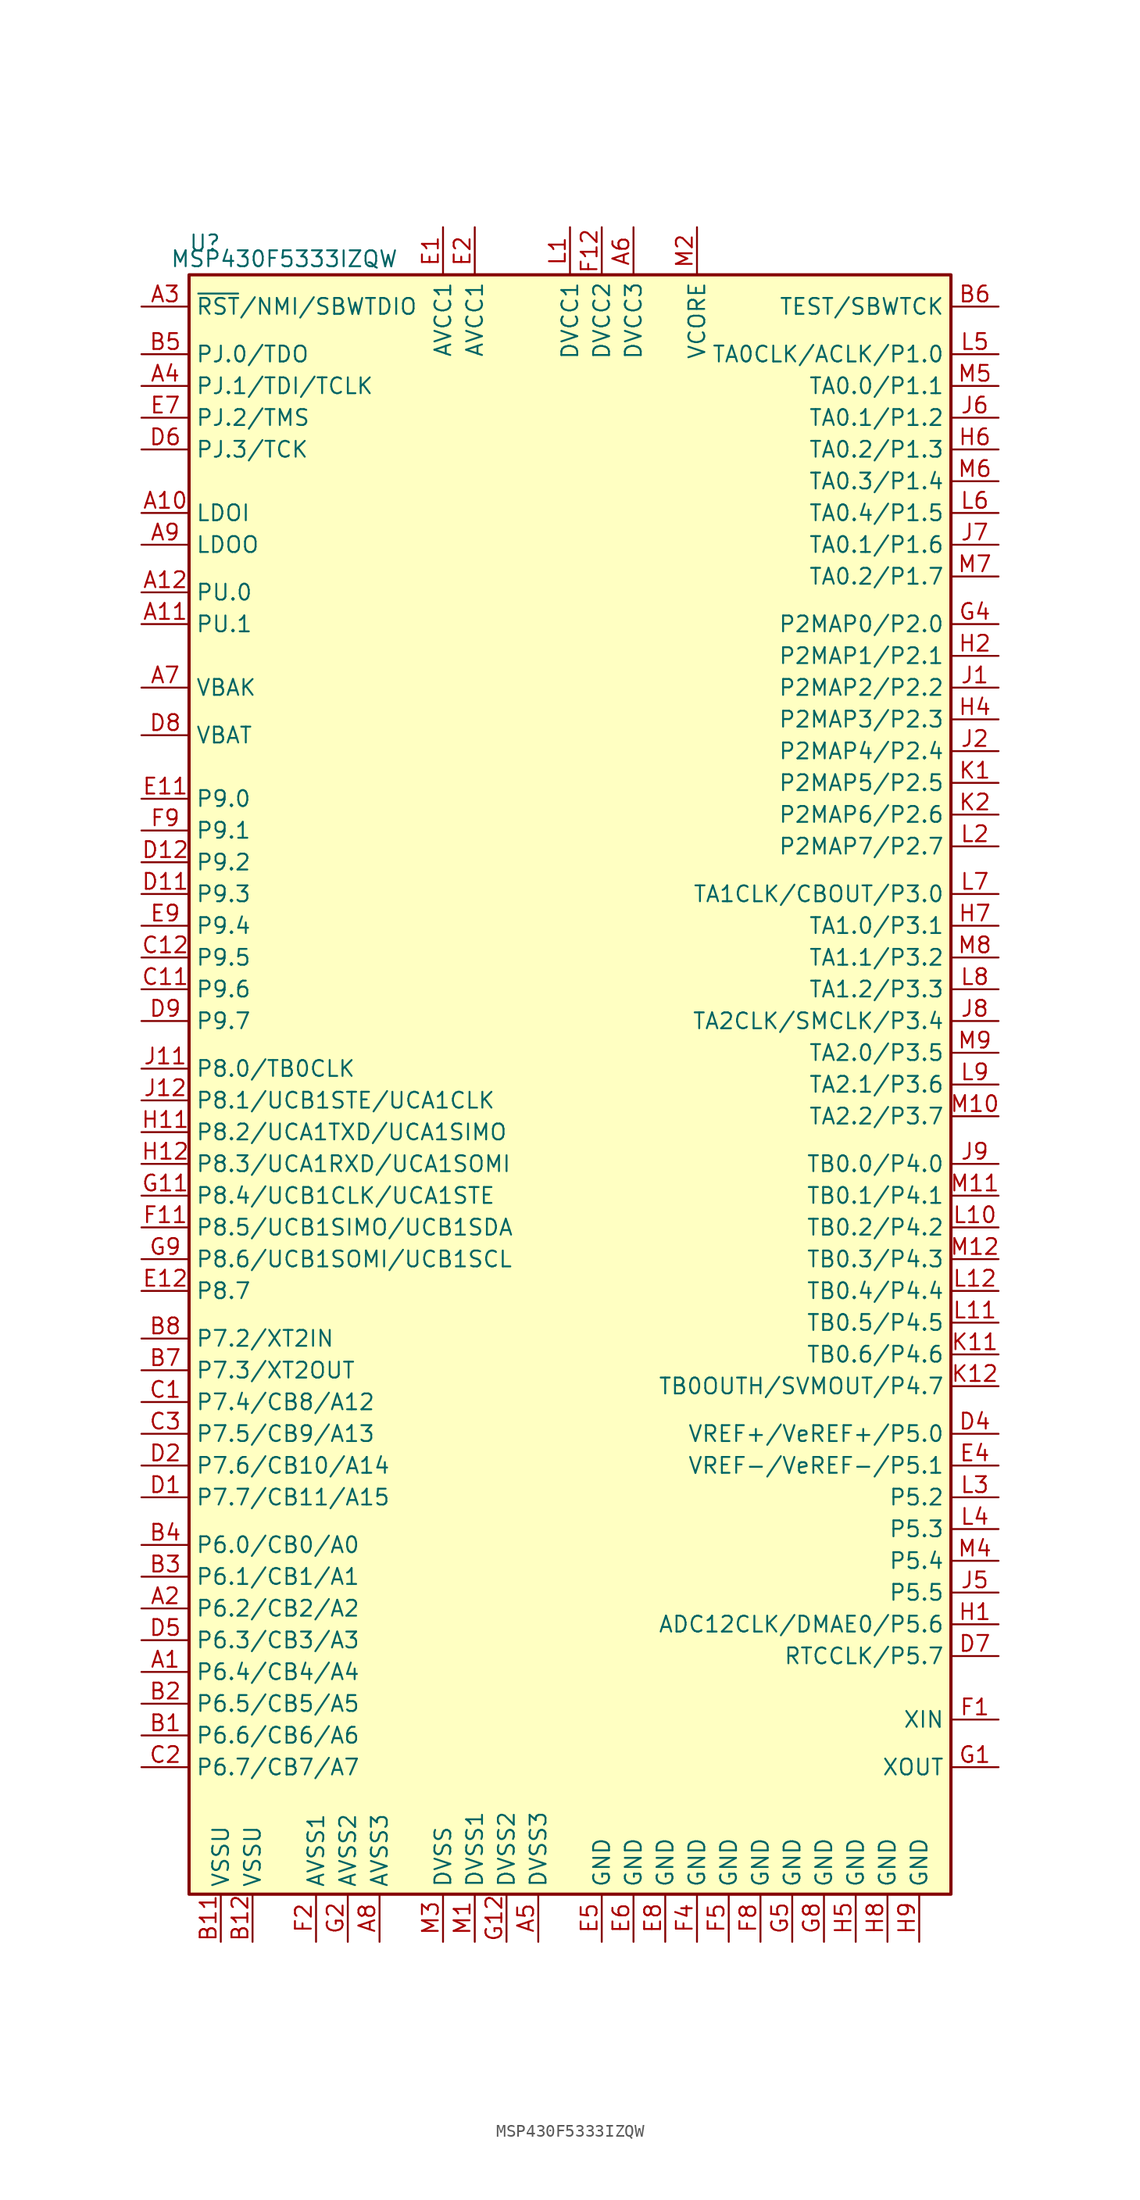
<source format=kicad_sym>
(kicad_symbol_lib
  (version 20201005)
  (generator kicad_symbol_editor)
  (symbol "MCU_Texas_MSP430:MSP430F5333IZQW"
    (property "Reference" "U"
      (at -29.21 67.31 0)
      (effects (font (size 1.27 1.27))))
    (property "Value" "MSP430F5333IZQW"
      (at -22.86 66.04 0)
      (effects (font (size 1.27 1.27))))
    (symbol "MSP430F5333IZQW_0_1"
      (rectangle (start -30.48 64.77) (end 30.48 -64.77) (stroke (width 0.254)) (fill (type background))))
    (symbol "MSP430F5333IZQW_1_1"
      (pin bidirectional line (at -34.29 -46.99 0) (length 3.81) (name "P6.4/CB4/A4" (effects (font (size 1.27 1.27)))) (number "A1" (effects (font (size 1.27 1.27)))))
      (pin bidirectional line (at -34.29 45.72 0) (length 3.81) (name "LDOI" (effects (font (size 1.27 1.27)))) (number "A10" (effects (font (size 1.27 1.27)))))
      (pin bidirectional line (at -34.29 36.83 0) (length 3.81) (name "PU.1" (effects (font (size 1.27 1.27)))) (number "A11" (effects (font (size 1.27 1.27)))))
      (pin bidirectional line (at -34.29 39.37 0) (length 3.81) (name "PU.0" (effects (font (size 1.27 1.27)))) (number "A12" (effects (font (size 1.27 1.27)))))
      (pin bidirectional line (at -34.29 -41.91 0) (length 3.81) (name "P6.2/CB2/A2" (effects (font (size 1.27 1.27)))) (number "A2" (effects (font (size 1.27 1.27)))))
      (pin input line (at -34.29 62.23 0) (length 3.81) (name "~RST~/NMI/SBWTDIO" (effects (font (size 1.27 1.27)))) (number "A3" (effects (font (size 1.27 1.27)))))
      (pin bidirectional line (at -34.29 55.88 0) (length 3.81) (name "PJ.1/TDI/TCLK" (effects (font (size 1.27 1.27)))) (number "A4" (effects (font (size 1.27 1.27)))))
      (pin power_in line (at -2.54 -68.58 90) (length 3.81) (name "DVSS3" (effects (font (size 1.27 1.27)))) (number "A5" (effects (font (size 1.27 1.27)))))
      (pin power_in line (at 5.08 68.58 270) (length 3.81) (name "DVCC3" (effects (font (size 1.27 1.27)))) (number "A6" (effects (font (size 1.27 1.27)))))
      (pin bidirectional line (at -34.29 31.75 0) (length 3.81) (name "VBAK" (effects (font (size 1.27 1.27)))) (number "A7" (effects (font (size 1.27 1.27)))))
      (pin power_in line (at -15.24 -68.58 90) (length 3.81) (name "AVSS3" (effects (font (size 1.27 1.27)))) (number "A8" (effects (font (size 1.27 1.27)))))
      (pin bidirectional line (at -34.29 43.18 0) (length 3.81) (name "LDOO" (effects (font (size 1.27 1.27)))) (number "A9" (effects (font (size 1.27 1.27)))))
      (pin bidirectional line (at -34.29 -52.07 0) (length 3.81) (name "P6.6/CB6/A6" (effects (font (size 1.27 1.27)))) (number "B1" (effects (font (size 1.27 1.27)))))
      (pin power_in line (at -27.94 -68.58 90) (length 3.81) (name "VSSU" (effects (font (size 1.27 1.27)))) (number "B11" (effects (font (size 1.27 1.27)))))
      (pin power_in line (at -25.4 -68.58 90) (length 3.81) (name "VSSU" (effects (font (size 1.27 1.27)))) (number "B12" (effects (font (size 1.27 1.27)))))
      (pin bidirectional line (at -34.29 -49.53 0) (length 3.81) (name "P6.5/CB5/A5" (effects (font (size 1.27 1.27)))) (number "B2" (effects (font (size 1.27 1.27)))))
      (pin bidirectional line (at -34.29 -39.37 0) (length 3.81) (name "P6.1/CB1/A1" (effects (font (size 1.27 1.27)))) (number "B3" (effects (font (size 1.27 1.27)))))
      (pin bidirectional line (at -34.29 -36.83 0) (length 3.81) (name "P6.0/CB0/A0" (effects (font (size 1.27 1.27)))) (number "B4" (effects (font (size 1.27 1.27)))))
      (pin bidirectional line (at -34.29 58.42 0) (length 3.81) (name "PJ.0/TDO" (effects (font (size 1.27 1.27)))) (number "B5" (effects (font (size 1.27 1.27)))))
      (pin input line (at 34.29 62.23 180) (length 3.81) (name "TEST/SBWTCK" (effects (font (size 1.27 1.27)))) (number "B6" (effects (font (size 1.27 1.27)))))
      (pin bidirectional line (at -34.29 -22.86 0) (length 3.81) (name "P7.3/XT2OUT" (effects (font (size 1.27 1.27)))) (number "B7" (effects (font (size 1.27 1.27)))))
      (pin bidirectional line (at -34.29 -20.32 0) (length 3.81) (name "P7.2/XT2IN" (effects (font (size 1.27 1.27)))) (number "B8" (effects (font (size 1.27 1.27)))))
      (pin bidirectional line (at -34.29 -25.4 0) (length 3.81) (name "P7.4/CB8/A12" (effects (font (size 1.27 1.27)))) (number "C1" (effects (font (size 1.27 1.27)))))
      (pin bidirectional line (at -34.29 7.62 0) (length 3.81) (name "P9.6" (effects (font (size 1.27 1.27)))) (number "C11" (effects (font (size 1.27 1.27)))))
      (pin bidirectional line (at -34.29 10.16 0) (length 3.81) (name "P9.5" (effects (font (size 1.27 1.27)))) (number "C12" (effects (font (size 1.27 1.27)))))
      (pin bidirectional line (at -34.29 -54.61 0) (length 3.81) (name "P6.7/CB7/A7" (effects (font (size 1.27 1.27)))) (number "C2" (effects (font (size 1.27 1.27)))))
      (pin bidirectional line (at -34.29 -27.94 0) (length 3.81) (name "P7.5/CB9/A13" (effects (font (size 1.27 1.27)))) (number "C3" (effects (font (size 1.27 1.27)))))
      (pin bidirectional line (at -34.29 -33.02 0) (length 3.81) (name "P7.7/CB11/A15" (effects (font (size 1.27 1.27)))) (number "D1" (effects (font (size 1.27 1.27)))))
      (pin bidirectional line (at -34.29 15.24 0) (length 3.81) (name "P9.3" (effects (font (size 1.27 1.27)))) (number "D11" (effects (font (size 1.27 1.27)))))
      (pin bidirectional line (at -34.29 17.78 0) (length 3.81) (name "P9.2" (effects (font (size 1.27 1.27)))) (number "D12" (effects (font (size 1.27 1.27)))))
      (pin bidirectional line (at -34.29 -30.48 0) (length 3.81) (name "P7.6/CB10/A14" (effects (font (size 1.27 1.27)))) (number "D2" (effects (font (size 1.27 1.27)))))
      (pin bidirectional line (at 34.29 -27.94 180) (length 3.81) (name "VREF+/VeREF+/P5.0" (effects (font (size 1.27 1.27)))) (number "D4" (effects (font (size 1.27 1.27)))))
      (pin bidirectional line (at -34.29 -44.45 0) (length 3.81) (name "P6.3/CB3/A3" (effects (font (size 1.27 1.27)))) (number "D5" (effects (font (size 1.27 1.27)))))
      (pin bidirectional line (at -34.29 50.8 0) (length 3.81) (name "PJ.3/TCK" (effects (font (size 1.27 1.27)))) (number "D6" (effects (font (size 1.27 1.27)))))
      (pin bidirectional line (at 34.29 -45.72 180) (length 3.81) (name "RTCCLK/P5.7" (effects (font (size 1.27 1.27)))) (number "D7" (effects (font (size 1.27 1.27)))))
      (pin bidirectional line (at -34.29 27.94 0) (length 3.81) (name "VBAT" (effects (font (size 1.27 1.27)))) (number "D8" (effects (font (size 1.27 1.27)))))
      (pin bidirectional line (at -34.29 5.08 0) (length 3.81) (name "P9.7" (effects (font (size 1.27 1.27)))) (number "D9" (effects (font (size 1.27 1.27)))))
      (pin power_in line (at -10.16 68.58 270) (length 3.81) (name "AVCC1" (effects (font (size 1.27 1.27)))) (number "E1" (effects (font (size 1.27 1.27)))))
      (pin bidirectional line (at -34.29 22.86 0) (length 3.81) (name "P9.0" (effects (font (size 1.27 1.27)))) (number "E11" (effects (font (size 1.27 1.27)))))
      (pin bidirectional line (at -34.29 -16.51 0) (length 3.81) (name "P8.7" (effects (font (size 1.27 1.27)))) (number "E12" (effects (font (size 1.27 1.27)))))
      (pin power_in line (at -7.62 68.58 270) (length 3.81) (name "AVCC1" (effects (font (size 1.27 1.27)))) (number "E2" (effects (font (size 1.27 1.27)))))
      (pin bidirectional line (at 34.29 -30.48 180) (length 3.81) (name "VREF-/VeREF-/P5.1" (effects (font (size 1.27 1.27)))) (number "E4" (effects (font (size 1.27 1.27)))))
      (pin power_in line (at 2.54 -68.58 90) (length 3.81) (name "GND" (effects (font (size 1.27 1.27)))) (number "E5" (effects (font (size 1.27 1.27)))))
      (pin power_in line (at 5.08 -68.58 90) (length 3.81) (name "GND" (effects (font (size 1.27 1.27)))) (number "E6" (effects (font (size 1.27 1.27)))))
      (pin bidirectional line (at -34.29 53.34 0) (length 3.81) (name "PJ.2/TMS" (effects (font (size 1.27 1.27)))) (number "E7" (effects (font (size 1.27 1.27)))))
      (pin power_in line (at 7.62 -68.58 90) (length 3.81) (name "GND" (effects (font (size 1.27 1.27)))) (number "E8" (effects (font (size 1.27 1.27)))))
      (pin bidirectional line (at -34.29 12.7 0) (length 3.81) (name "P9.4" (effects (font (size 1.27 1.27)))) (number "E9" (effects (font (size 1.27 1.27)))))
      (pin bidirectional line (at 34.29 -50.8 180) (length 3.81) (name "XIN" (effects (font (size 1.27 1.27)))) (number "F1" (effects (font (size 1.27 1.27)))))
      (pin bidirectional line (at -34.29 -11.43 0) (length 3.81) (name "P8.5/UCB1SIMO/UCB1SDA" (effects (font (size 1.27 1.27)))) (number "F11" (effects (font (size 1.27 1.27)))))
      (pin power_in line (at 2.54 68.58 270) (length 3.81) (name "DVCC2" (effects (font (size 1.27 1.27)))) (number "F12" (effects (font (size 1.27 1.27)))))
      (pin power_in line (at -20.32 -68.58 90) (length 3.81) (name "AVSS1" (effects (font (size 1.27 1.27)))) (number "F2" (effects (font (size 1.27 1.27)))))
      (pin power_in line (at 10.16 -68.58 90) (length 3.81) (name "GND" (effects (font (size 1.27 1.27)))) (number "F4" (effects (font (size 1.27 1.27)))))
      (pin power_in line (at 12.7 -68.58 90) (length 3.81) (name "GND" (effects (font (size 1.27 1.27)))) (number "F5" (effects (font (size 1.27 1.27)))))
      (pin power_in line (at 15.24 -68.58 90) (length 3.81) (name "GND" (effects (font (size 1.27 1.27)))) (number "F8" (effects (font (size 1.27 1.27)))))
      (pin bidirectional line (at -34.29 20.32 0) (length 3.81) (name "P9.1" (effects (font (size 1.27 1.27)))) (number "F9" (effects (font (size 1.27 1.27)))))
      (pin bidirectional line (at 34.29 -54.61 180) (length 3.81) (name "XOUT" (effects (font (size 1.27 1.27)))) (number "G1" (effects (font (size 1.27 1.27)))))
      (pin bidirectional line (at -34.29 -8.89 0) (length 3.81) (name "P8.4/UCB1CLK/UCA1STE" (effects (font (size 1.27 1.27)))) (number "G11" (effects (font (size 1.27 1.27)))))
      (pin power_in line (at -5.08 -68.58 90) (length 3.81) (name "DVSS2" (effects (font (size 1.27 1.27)))) (number "G12" (effects (font (size 1.27 1.27)))))
      (pin power_in line (at -17.78 -68.58 90) (length 3.81) (name "AVSS2" (effects (font (size 1.27 1.27)))) (number "G2" (effects (font (size 1.27 1.27)))))
      (pin bidirectional line (at 34.29 36.83 180) (length 3.81) (name "P2MAP0/P2.0" (effects (font (size 1.27 1.27)))) (number "G4" (effects (font (size 1.27 1.27)))))
      (pin power_in line (at 17.78 -68.58 90) (length 3.81) (name "GND" (effects (font (size 1.27 1.27)))) (number "G5" (effects (font (size 1.27 1.27)))))
      (pin power_in line (at 20.32 -68.58 90) (length 3.81) (name "GND" (effects (font (size 1.27 1.27)))) (number "G8" (effects (font (size 1.27 1.27)))))
      (pin bidirectional line (at -34.29 -13.97 0) (length 3.81) (name "P8.6/UCB1SOMI/UCB1SCL" (effects (font (size 1.27 1.27)))) (number "G9" (effects (font (size 1.27 1.27)))))
      (pin bidirectional line (at 34.29 -43.18 180) (length 3.81) (name "ADC12CLK/DMAE0/P5.6" (effects (font (size 1.27 1.27)))) (number "H1" (effects (font (size 1.27 1.27)))))
      (pin bidirectional line (at -34.29 -3.81 0) (length 3.81) (name "P8.2/UCA1TXD/UCA1SIMO" (effects (font (size 1.27 1.27)))) (number "H11" (effects (font (size 1.27 1.27)))))
      (pin bidirectional line (at -34.29 -6.35 0) (length 3.81) (name "P8.3/UCA1RXD/UCA1SOMI" (effects (font (size 1.27 1.27)))) (number "H12" (effects (font (size 1.27 1.27)))))
      (pin bidirectional line (at 34.29 34.29 180) (length 3.81) (name "P2MAP1/P2.1" (effects (font (size 1.27 1.27)))) (number "H2" (effects (font (size 1.27 1.27)))))
      (pin bidirectional line (at 34.29 29.21 180) (length 3.81) (name "P2MAP3/P2.3" (effects (font (size 1.27 1.27)))) (number "H4" (effects (font (size 1.27 1.27)))))
      (pin power_in line (at 22.86 -68.58 90) (length 3.81) (name "GND" (effects (font (size 1.27 1.27)))) (number "H5" (effects (font (size 1.27 1.27)))))
      (pin bidirectional line (at 34.29 50.8 180) (length 3.81) (name "TA0.2/P1.3" (effects (font (size 1.27 1.27)))) (number "H6" (effects (font (size 1.27 1.27)))))
      (pin bidirectional line (at 34.29 12.7 180) (length 3.81) (name "TA1.0/P3.1" (effects (font (size 1.27 1.27)))) (number "H7" (effects (font (size 1.27 1.27)))))
      (pin power_in line (at 25.4 -68.58 90) (length 3.81) (name "GND" (effects (font (size 1.27 1.27)))) (number "H8" (effects (font (size 1.27 1.27)))))
      (pin power_in line (at 27.94 -68.58 90) (length 3.81) (name "GND" (effects (font (size 1.27 1.27)))) (number "H9" (effects (font (size 1.27 1.27)))))
      (pin bidirectional line (at 34.29 31.75 180) (length 3.81) (name "P2MAP2/P2.2" (effects (font (size 1.27 1.27)))) (number "J1" (effects (font (size 1.27 1.27)))))
      (pin bidirectional line (at -34.29 1.27 0) (length 3.81) (name "P8.0/TB0CLK" (effects (font (size 1.27 1.27)))) (number "J11" (effects (font (size 1.27 1.27)))))
      (pin bidirectional line (at -34.29 -1.27 0) (length 3.81) (name "P8.1/UCB1STE/UCA1CLK" (effects (font (size 1.27 1.27)))) (number "J12" (effects (font (size 1.27 1.27)))))
      (pin bidirectional line (at 34.29 26.67 180) (length 3.81) (name "P2MAP4/P2.4" (effects (font (size 1.27 1.27)))) (number "J2" (effects (font (size 1.27 1.27)))))
      (pin bidirectional line (at 34.29 -40.64 180) (length 3.81) (name "P5.5" (effects (font (size 1.27 1.27)))) (number "J5" (effects (font (size 1.27 1.27)))))
      (pin bidirectional line (at 34.29 53.34 180) (length 3.81) (name "TA0.1/P1.2" (effects (font (size 1.27 1.27)))) (number "J6" (effects (font (size 1.27 1.27)))))
      (pin bidirectional line (at 34.29 43.18 180) (length 3.81) (name "TA0.1/P1.6" (effects (font (size 1.27 1.27)))) (number "J7" (effects (font (size 1.27 1.27)))))
      (pin bidirectional line (at 34.29 5.08 180) (length 3.81) (name "TA2CLK/SMCLK/P3.4" (effects (font (size 1.27 1.27)))) (number "J8" (effects (font (size 1.27 1.27)))))
      (pin bidirectional line (at 34.29 -6.35 180) (length 3.81) (name "TB0.0/P4.0" (effects (font (size 1.27 1.27)))) (number "J9" (effects (font (size 1.27 1.27)))))
      (pin bidirectional line (at 34.29 24.13 180) (length 3.81) (name "P2MAP5/P2.5" (effects (font (size 1.27 1.27)))) (number "K1" (effects (font (size 1.27 1.27)))))
      (pin bidirectional line (at 34.29 -21.59 180) (length 3.81) (name "TB0.6/P4.6" (effects (font (size 1.27 1.27)))) (number "K11" (effects (font (size 1.27 1.27)))))
      (pin bidirectional line (at 34.29 -24.13 180) (length 3.81) (name "TB0OUTH/SVMOUT/P4.7" (effects (font (size 1.27 1.27)))) (number "K12" (effects (font (size 1.27 1.27)))))
      (pin bidirectional line (at 34.29 21.59 180) (length 3.81) (name "P2MAP6/P2.6" (effects (font (size 1.27 1.27)))) (number "K2" (effects (font (size 1.27 1.27)))))
      (pin power_in line (at 0 68.58 270) (length 3.81) (name "DVCC1" (effects (font (size 1.27 1.27)))) (number "L1" (effects (font (size 1.27 1.27)))))
      (pin bidirectional line (at 34.29 -11.43 180) (length 3.81) (name "TB0.2/P4.2" (effects (font (size 1.27 1.27)))) (number "L10" (effects (font (size 1.27 1.27)))))
      (pin bidirectional line (at 34.29 -19.05 180) (length 3.81) (name "TB0.5/P4.5" (effects (font (size 1.27 1.27)))) (number "L11" (effects (font (size 1.27 1.27)))))
      (pin bidirectional line (at 34.29 -16.51 180) (length 3.81) (name "TB0.4/P4.4" (effects (font (size 1.27 1.27)))) (number "L12" (effects (font (size 1.27 1.27)))))
      (pin bidirectional line (at 34.29 19.05 180) (length 3.81) (name "P2MAP7/P2.7" (effects (font (size 1.27 1.27)))) (number "L2" (effects (font (size 1.27 1.27)))))
      (pin bidirectional line (at 34.29 -33.02 180) (length 3.81) (name "P5.2" (effects (font (size 1.27 1.27)))) (number "L3" (effects (font (size 1.27 1.27)))))
      (pin bidirectional line (at 34.29 -35.56 180) (length 3.81) (name "P5.3" (effects (font (size 1.27 1.27)))) (number "L4" (effects (font (size 1.27 1.27)))))
      (pin bidirectional line (at 34.29 58.42 180) (length 3.81) (name "TA0CLK/ACLK/P1.0" (effects (font (size 1.27 1.27)))) (number "L5" (effects (font (size 1.27 1.27)))))
      (pin bidirectional line (at 34.29 45.72 180) (length 3.81) (name "TA0.4/P1.5" (effects (font (size 1.27 1.27)))) (number "L6" (effects (font (size 1.27 1.27)))))
      (pin bidirectional line (at 34.29 15.24 180) (length 3.81) (name "TA1CLK/CBOUT/P3.0" (effects (font (size 1.27 1.27)))) (number "L7" (effects (font (size 1.27 1.27)))))
      (pin bidirectional line (at 34.29 7.62 180) (length 3.81) (name "TA1.2/P3.3" (effects (font (size 1.27 1.27)))) (number "L8" (effects (font (size 1.27 1.27)))))
      (pin bidirectional line (at 34.29 0 180) (length 3.81) (name "TA2.1/P3.6" (effects (font (size 1.27 1.27)))) (number "L9" (effects (font (size 1.27 1.27)))))
      (pin power_in line (at -7.62 -68.58 90) (length 3.81) (name "DVSS1" (effects (font (size 1.27 1.27)))) (number "M1" (effects (font (size 1.27 1.27)))))
      (pin bidirectional line (at 34.29 -2.54 180) (length 3.81) (name "TA2.2/P3.7" (effects (font (size 1.27 1.27)))) (number "M10" (effects (font (size 1.27 1.27)))))
      (pin bidirectional line (at 34.29 -8.89 180) (length 3.81) (name "TB0.1/P4.1" (effects (font (size 1.27 1.27)))) (number "M11" (effects (font (size 1.27 1.27)))))
      (pin bidirectional line (at 34.29 -13.97 180) (length 3.81) (name "TB0.3/P4.3" (effects (font (size 1.27 1.27)))) (number "M12" (effects (font (size 1.27 1.27)))))
      (pin bidirectional line (at 10.16 68.58 270) (length 3.81) (name "VCORE" (effects (font (size 1.27 1.27)))) (number "M2" (effects (font (size 1.27 1.27)))))
      (pin power_in line (at -10.16 -68.58 90) (length 3.81) (name "DVSS" (effects (font (size 1.27 1.27)))) (number "M3" (effects (font (size 1.27 1.27)))))
      (pin bidirectional line (at 34.29 -38.1 180) (length 3.81) (name "P5.4" (effects (font (size 1.27 1.27)))) (number "M4" (effects (font (size 1.27 1.27)))))
      (pin bidirectional line (at 34.29 55.88 180) (length 3.81) (name "TA0.0/P1.1" (effects (font (size 1.27 1.27)))) (number "M5" (effects (font (size 1.27 1.27)))))
      (pin bidirectional line (at 34.29 48.26 180) (length 3.81) (name "TA0.3/P1.4" (effects (font (size 1.27 1.27)))) (number "M6" (effects (font (size 1.27 1.27)))))
      (pin bidirectional line (at 34.29 40.64 180) (length 3.81) (name "TA0.2/P1.7" (effects (font (size 1.27 1.27)))) (number "M7" (effects (font (size 1.27 1.27)))))
      (pin bidirectional line (at 34.29 10.16 180) (length 3.81) (name "TA1.1/P3.2" (effects (font (size 1.27 1.27)))) (number "M8" (effects (font (size 1.27 1.27)))))
      (pin bidirectional line (at 34.29 2.54 180) (length 3.81) (name "TA2.0/P3.5" (effects (font (size 1.27 1.27)))) (number "M9" (effects (font (size 1.27 1.27))))))))
</source>
